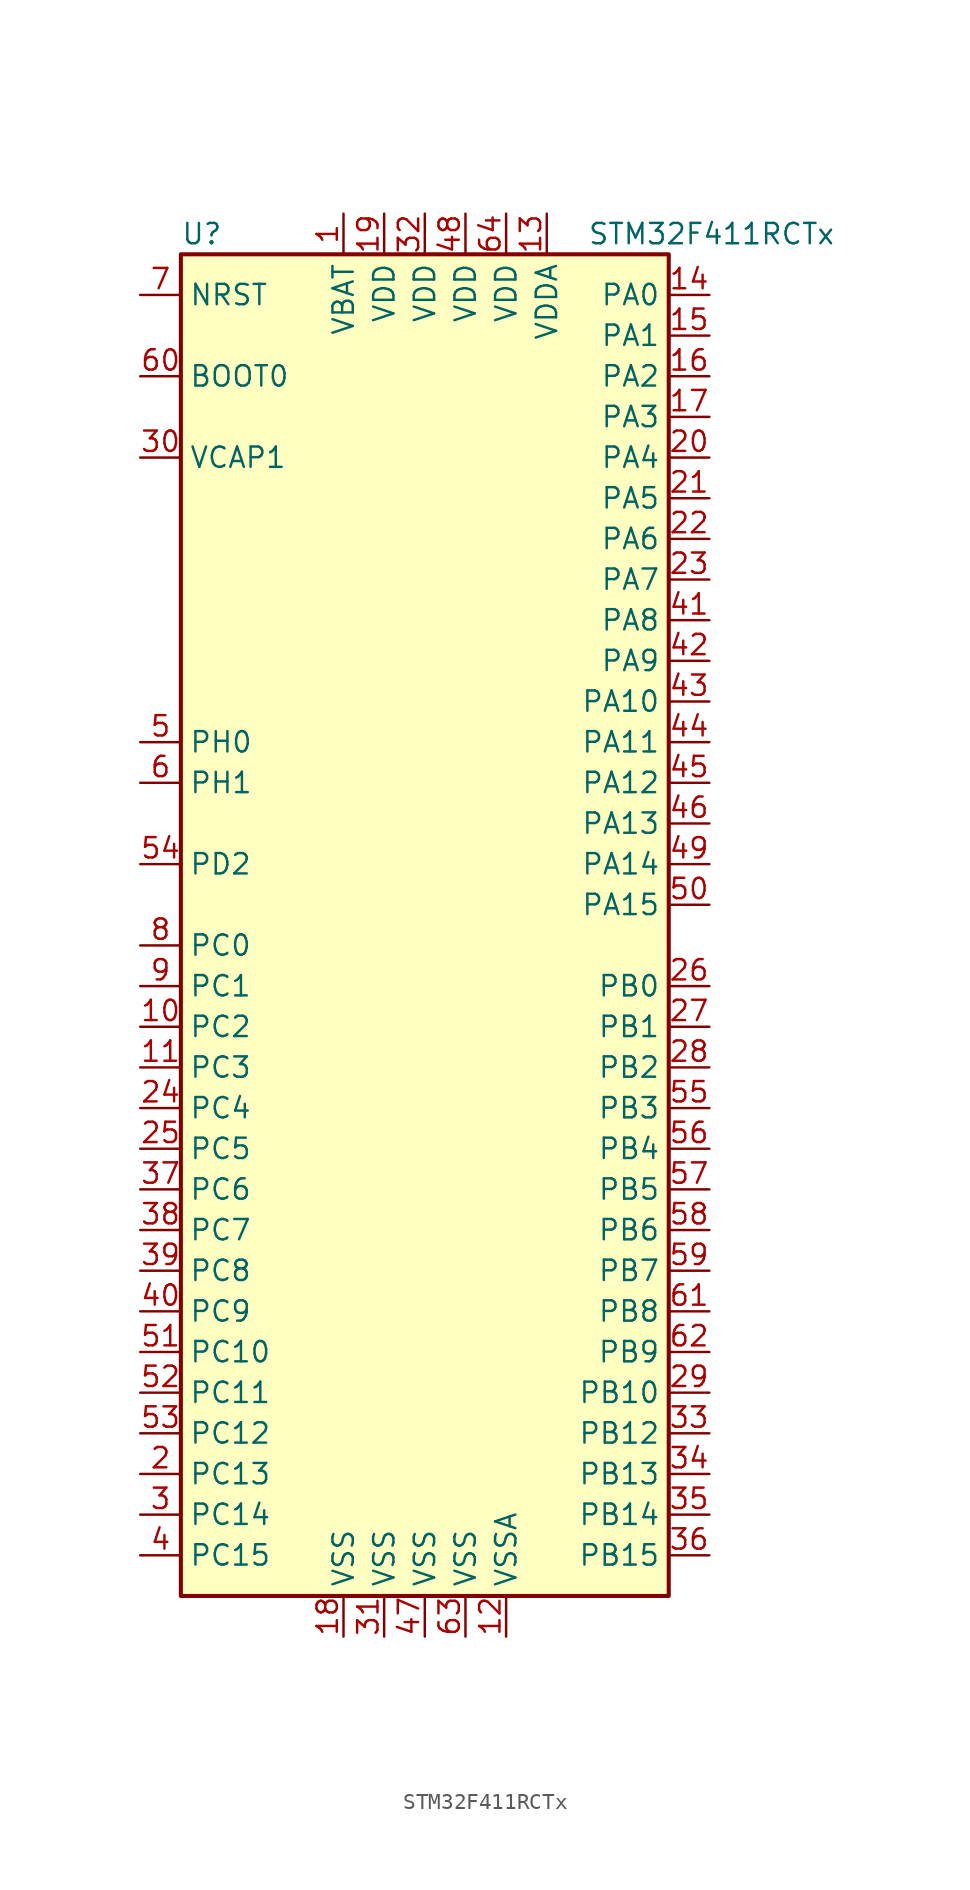
<source format=kicad_sym>
(kicad_symbol_lib
  (version 20201005)
  (generator kicad_symbol_editor)
  (symbol "STM32F411RCTx"
    (property "Reference" "U"
      (at -15.24 41.91 0)
      (effects (font (size 1.27 1.27)) (justify left)))
    (property "Value" "STM32F411RCTx"
      (at 10.16 41.91 0)
      (effects (font (size 1.27 1.27)) (justify left)))
    (symbol "STM32F411RCTx_0_1"
      (rectangle (start -15.24 -43.18) (end 15.24 40.64) (stroke (width 0.254)) (fill (type background))))
    (symbol "STM32F411RCTx_1_1"
      (pin input line (at -17.78 33.02 0) (length 2.54) (name "BOOT0" (effects (font (size 1.27 1.27)))) (number "60" (effects (font (size 1.27 1.27)))))
      (pin input line (at -17.78 38.1 0) (length 2.54) (name "NRST" (effects (font (size 1.27 1.27)))) (number "7" (effects (font (size 1.27 1.27)))))
      (pin bidirectional line (at 17.78 38.1 180) (length 2.54) (name "PA0" (effects (font (size 1.27 1.27)))) (number "14" (effects (font (size 1.27 1.27)))))
      (pin bidirectional line (at 17.78 35.56 180) (length 2.54) (name "PA1" (effects (font (size 1.27 1.27)))) (number "15" (effects (font (size 1.27 1.27)))))
      (pin bidirectional line (at 17.78 12.7 180) (length 2.54) (name "PA10" (effects (font (size 1.27 1.27)))) (number "43" (effects (font (size 1.27 1.27)))))
      (pin bidirectional line (at 17.78 10.16 180) (length 2.54) (name "PA11" (effects (font (size 1.27 1.27)))) (number "44" (effects (font (size 1.27 1.27)))))
      (pin bidirectional line (at 17.78 7.62 180) (length 2.54) (name "PA12" (effects (font (size 1.27 1.27)))) (number "45" (effects (font (size 1.27 1.27)))))
      (pin bidirectional line (at 17.78 5.08 180) (length 2.54) (name "PA13" (effects (font (size 1.27 1.27)))) (number "46" (effects (font (size 1.27 1.27)))))
      (pin bidirectional line (at 17.78 2.54 180) (length 2.54) (name "PA14" (effects (font (size 1.27 1.27)))) (number "49" (effects (font (size 1.27 1.27)))))
      (pin bidirectional line (at 17.78 0 180) (length 2.54) (name "PA15" (effects (font (size 1.27 1.27)))) (number "50" (effects (font (size 1.27 1.27)))))
      (pin bidirectional line (at 17.78 33.02 180) (length 2.54) (name "PA2" (effects (font (size 1.27 1.27)))) (number "16" (effects (font (size 1.27 1.27)))))
      (pin bidirectional line (at 17.78 30.48 180) (length 2.54) (name "PA3" (effects (font (size 1.27 1.27)))) (number "17" (effects (font (size 1.27 1.27)))))
      (pin bidirectional line (at 17.78 27.94 180) (length 2.54) (name "PA4" (effects (font (size 1.27 1.27)))) (number "20" (effects (font (size 1.27 1.27)))))
      (pin bidirectional line (at 17.78 25.4 180) (length 2.54) (name "PA5" (effects (font (size 1.27 1.27)))) (number "21" (effects (font (size 1.27 1.27)))))
      (pin bidirectional line (at 17.78 22.86 180) (length 2.54) (name "PA6" (effects (font (size 1.27 1.27)))) (number "22" (effects (font (size 1.27 1.27)))))
      (pin bidirectional line (at 17.78 20.32 180) (length 2.54) (name "PA7" (effects (font (size 1.27 1.27)))) (number "23" (effects (font (size 1.27 1.27)))))
      (pin bidirectional line (at 17.78 17.78 180) (length 2.54) (name "PA8" (effects (font (size 1.27 1.27)))) (number "41" (effects (font (size 1.27 1.27)))))
      (pin bidirectional line (at 17.78 15.24 180) (length 2.54) (name "PA9" (effects (font (size 1.27 1.27)))) (number "42" (effects (font (size 1.27 1.27)))))
      (pin bidirectional line (at 17.78 -5.08 180) (length 2.54) (name "PB0" (effects (font (size 1.27 1.27)))) (number "26" (effects (font (size 1.27 1.27)))))
      (pin bidirectional line (at 17.78 -7.62 180) (length 2.54) (name "PB1" (effects (font (size 1.27 1.27)))) (number "27" (effects (font (size 1.27 1.27)))))
      (pin bidirectional line (at 17.78 -30.48 180) (length 2.54) (name "PB10" (effects (font (size 1.27 1.27)))) (number "29" (effects (font (size 1.27 1.27)))))
      (pin bidirectional line (at 17.78 -33.02 180) (length 2.54) (name "PB12" (effects (font (size 1.27 1.27)))) (number "33" (effects (font (size 1.27 1.27)))))
      (pin bidirectional line (at 17.78 -35.56 180) (length 2.54) (name "PB13" (effects (font (size 1.27 1.27)))) (number "34" (effects (font (size 1.27 1.27)))))
      (pin bidirectional line (at 17.78 -38.1 180) (length 2.54) (name "PB14" (effects (font (size 1.27 1.27)))) (number "35" (effects (font (size 1.27 1.27)))))
      (pin bidirectional line (at 17.78 -40.64 180) (length 2.54) (name "PB15" (effects (font (size 1.27 1.27)))) (number "36" (effects (font (size 1.27 1.27)))))
      (pin bidirectional line (at 17.78 -10.16 180) (length 2.54) (name "PB2" (effects (font (size 1.27 1.27)))) (number "28" (effects (font (size 1.27 1.27)))))
      (pin bidirectional line (at 17.78 -12.7 180) (length 2.54) (name "PB3" (effects (font (size 1.27 1.27)))) (number "55" (effects (font (size 1.27 1.27)))))
      (pin bidirectional line (at 17.78 -15.24 180) (length 2.54) (name "PB4" (effects (font (size 1.27 1.27)))) (number "56" (effects (font (size 1.27 1.27)))))
      (pin bidirectional line (at 17.78 -17.78 180) (length 2.54) (name "PB5" (effects (font (size 1.27 1.27)))) (number "57" (effects (font (size 1.27 1.27)))))
      (pin bidirectional line (at 17.78 -20.32 180) (length 2.54) (name "PB6" (effects (font (size 1.27 1.27)))) (number "58" (effects (font (size 1.27 1.27)))))
      (pin bidirectional line (at 17.78 -22.86 180) (length 2.54) (name "PB7" (effects (font (size 1.27 1.27)))) (number "59" (effects (font (size 1.27 1.27)))))
      (pin bidirectional line (at 17.78 -25.4 180) (length 2.54) (name "PB8" (effects (font (size 1.27 1.27)))) (number "61" (effects (font (size 1.27 1.27)))))
      (pin bidirectional line (at 17.78 -27.94 180) (length 2.54) (name "PB9" (effects (font (size 1.27 1.27)))) (number "62" (effects (font (size 1.27 1.27)))))
      (pin bidirectional line (at -17.78 -2.54 0) (length 2.54) (name "PC0" (effects (font (size 1.27 1.27)))) (number "8" (effects (font (size 1.27 1.27)))))
      (pin bidirectional line (at -17.78 -5.08 0) (length 2.54) (name "PC1" (effects (font (size 1.27 1.27)))) (number "9" (effects (font (size 1.27 1.27)))))
      (pin bidirectional line (at -17.78 -27.94 0) (length 2.54) (name "PC10" (effects (font (size 1.27 1.27)))) (number "51" (effects (font (size 1.27 1.27)))))
      (pin bidirectional line (at -17.78 -30.48 0) (length 2.54) (name "PC11" (effects (font (size 1.27 1.27)))) (number "52" (effects (font (size 1.27 1.27)))))
      (pin bidirectional line (at -17.78 -33.02 0) (length 2.54) (name "PC12" (effects (font (size 1.27 1.27)))) (number "53" (effects (font (size 1.27 1.27)))))
      (pin bidirectional line (at -17.78 -35.56 0) (length 2.54) (name "PC13" (effects (font (size 1.27 1.27)))) (number "2" (effects (font (size 1.27 1.27)))))
      (pin bidirectional line (at -17.78 -38.1 0) (length 2.54) (name "PC14" (effects (font (size 1.27 1.27)))) (number "3" (effects (font (size 1.27 1.27)))))
      (pin bidirectional line (at -17.78 -40.64 0) (length 2.54) (name "PC15" (effects (font (size 1.27 1.27)))) (number "4" (effects (font (size 1.27 1.27)))))
      (pin bidirectional line (at -17.78 -7.62 0) (length 2.54) (name "PC2" (effects (font (size 1.27 1.27)))) (number "10" (effects (font (size 1.27 1.27)))))
      (pin bidirectional line (at -17.78 -10.16 0) (length 2.54) (name "PC3" (effects (font (size 1.27 1.27)))) (number "11" (effects (font (size 1.27 1.27)))))
      (pin bidirectional line (at -17.78 -12.7 0) (length 2.54) (name "PC4" (effects (font (size 1.27 1.27)))) (number "24" (effects (font (size 1.27 1.27)))))
      (pin bidirectional line (at -17.78 -15.24 0) (length 2.54) (name "PC5" (effects (font (size 1.27 1.27)))) (number "25" (effects (font (size 1.27 1.27)))))
      (pin bidirectional line (at -17.78 -17.78 0) (length 2.54) (name "PC6" (effects (font (size 1.27 1.27)))) (number "37" (effects (font (size 1.27 1.27)))))
      (pin bidirectional line (at -17.78 -20.32 0) (length 2.54) (name "PC7" (effects (font (size 1.27 1.27)))) (number "38" (effects (font (size 1.27 1.27)))))
      (pin bidirectional line (at -17.78 -22.86 0) (length 2.54) (name "PC8" (effects (font (size 1.27 1.27)))) (number "39" (effects (font (size 1.27 1.27)))))
      (pin bidirectional line (at -17.78 -25.4 0) (length 2.54) (name "PC9" (effects (font (size 1.27 1.27)))) (number "40" (effects (font (size 1.27 1.27)))))
      (pin bidirectional line (at -17.78 2.54 0) (length 2.54) (name "PD2" (effects (font (size 1.27 1.27)))) (number "54" (effects (font (size 1.27 1.27)))))
      (pin input line (at -17.78 10.16 0) (length 2.54) (name "PH0" (effects (font (size 1.27 1.27)))) (number "5" (effects (font (size 1.27 1.27)))))
      (pin input line (at -17.78 7.62 0) (length 2.54) (name "PH1" (effects (font (size 1.27 1.27)))) (number "6" (effects (font (size 1.27 1.27)))))
      (pin power_in line (at -5.08 43.18 270) (length 2.54) (name "VBAT" (effects (font (size 1.27 1.27)))) (number "1" (effects (font (size 1.27 1.27)))))
      (pin power_in line (at -17.78 27.94 0) (length 2.54) (name "VCAP1" (effects (font (size 1.27 1.27)))) (number "30" (effects (font (size 1.27 1.27)))))
      (pin power_in line (at -2.54 43.18 270) (length 2.54) (name "VDD" (effects (font (size 1.27 1.27)))) (number "19" (effects (font (size 1.27 1.27)))))
      (pin power_in line (at 0 43.18 270) (length 2.54) (name "VDD" (effects (font (size 1.27 1.27)))) (number "32" (effects (font (size 1.27 1.27)))))
      (pin power_in line (at 2.54 43.18 270) (length 2.54) (name "VDD" (effects (font (size 1.27 1.27)))) (number "48" (effects (font (size 1.27 1.27)))))
      (pin power_in line (at 5.08 43.18 270) (length 2.54) (name "VDD" (effects (font (size 1.27 1.27)))) (number "64" (effects (font (size 1.27 1.27)))))
      (pin power_in line (at 7.62 43.18 270) (length 2.54) (name "VDDA" (effects (font (size 1.27 1.27)))) (number "13" (effects (font (size 1.27 1.27)))))
      (pin power_in line (at -5.08 -45.72 90) (length 2.54) (name "VSS" (effects (font (size 1.27 1.27)))) (number "18" (effects (font (size 1.27 1.27)))))
      (pin power_in line (at -2.54 -45.72 90) (length 2.54) (name "VSS" (effects (font (size 1.27 1.27)))) (number "31" (effects (font (size 1.27 1.27)))))
      (pin power_in line (at 0 -45.72 90) (length 2.54) (name "VSS" (effects (font (size 1.27 1.27)))) (number "47" (effects (font (size 1.27 1.27)))))
      (pin power_in line (at 2.54 -45.72 90) (length 2.54) (name "VSS" (effects (font (size 1.27 1.27)))) (number "63" (effects (font (size 1.27 1.27)))))
      (pin power_in line (at 5.08 -45.72 90) (length 2.54) (name "VSSA" (effects (font (size 1.27 1.27)))) (number "12" (effects (font (size 1.27 1.27))))))))
</source>
